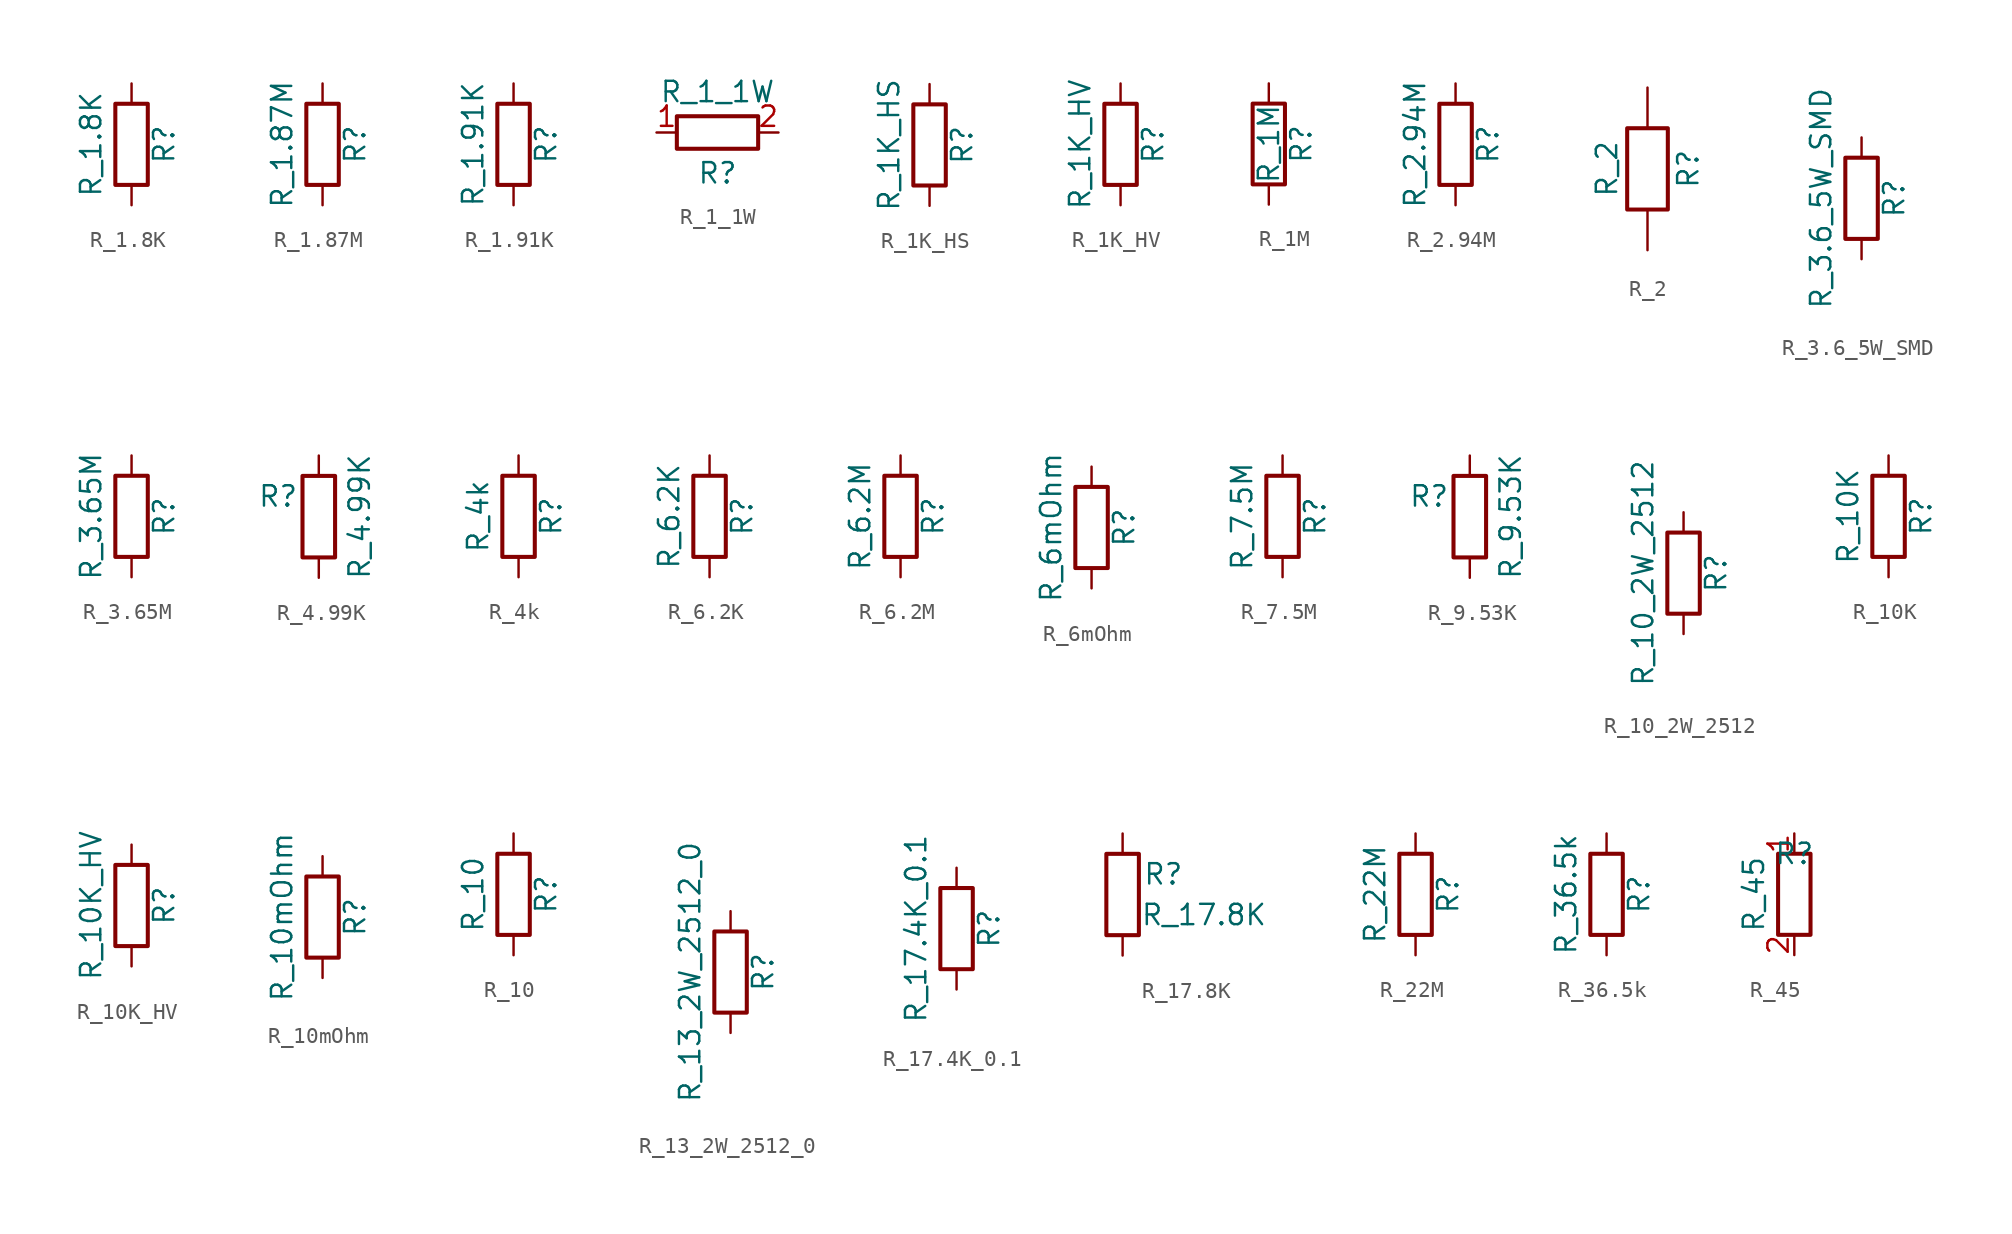
<source format=kicad_sym>
(kicad_symbol_lib
  (version 20211014)
  (generator kicad_symbol_editor)
  (symbol "R_1.8K"
    (pin_numbers hide)
    (pin_names
      (offset 0))
    (property "Reference" "R"
      (at 2.032 0 90)
      (effects (font (size 1.27 1.27))))
    (property "Value" "R_1.8K"
      (at -2.54 0 90)
      (effects (font (size 1.27 1.27))))
    (symbol "R_1.8K_0_1"
      (rectangle (start -1.016 -2.54) (end 1.016 2.54) (stroke (width 0.254) (type default) (color 0 0 0 0)) (fill (type none))))
    (symbol "R_1.8K_1_1"
      (pin passive line (at 0 3.81 270) (length 1.27) (name "~" (effects (font (size 1.27 1.27)))) (number "1" (effects (font (size 1.27 1.27)))))
      (pin passive line (at 0 -3.81 90) (length 1.27) (name "~" (effects (font (size 1.27 1.27)))) (number "2" (effects (font (size 1.27 1.27)))))))
  (symbol "R_1.87M"
    (pin_numbers hide)
    (pin_names
      (offset 0))
    (property "Reference" "R"
      (at 2.032 0 90)
      (effects (font (size 1.27 1.27))))
    (property "Value" "R_1.87M"
      (at -2.54 0 90)
      (effects (font (size 1.27 1.27))))
    (symbol "R_1.87M_0_1"
      (rectangle (start -1.016 -2.54) (end 1.016 2.54) (stroke (width 0.254) (type default) (color 0 0 0 0)) (fill (type none))))
    (symbol "R_1.87M_1_1"
      (pin passive line (at 0 3.81 270) (length 1.27) (name "~" (effects (font (size 1.27 1.27)))) (number "1" (effects (font (size 1.27 1.27)))))
      (pin passive line (at 0 -3.81 90) (length 1.27) (name "~" (effects (font (size 1.27 1.27)))) (number "2" (effects (font (size 1.27 1.27)))))))
  (symbol "R_1.91K"
    (pin_numbers hide)
    (pin_names
      (offset 0))
    (property "Reference" "R"
      (at 2.032 0 90)
      (effects (font (size 1.27 1.27))))
    (property "Value" "R_1.91K"
      (at -2.54 0 90)
      (effects (font (size 1.27 1.27))))
    (symbol "R_1.91K_0_1"
      (rectangle (start -1.016 -2.54) (end 1.016 2.54) (stroke (width 0.254) (type default) (color 0 0 0 0)) (fill (type none))))
    (symbol "R_1.91K_1_1"
      (pin passive line (at 0 3.81 270) (length 1.27) (name "~" (effects (font (size 1.27 1.27)))) (number "1" (effects (font (size 1.27 1.27)))))
      (pin passive line (at 0 -3.81 90) (length 1.27) (name "~" (effects (font (size 1.27 1.27)))) (number "2" (effects (font (size 1.27 1.27)))))))
  (symbol "R_1_1W"
    (pin_names
      (offset 1.016))
    (property "Reference" "R"
      (at 0 -2.54 0)
      (effects (font (size 1.27 1.27))))
    (property "Value" "R_1_1W"
      (at 0 2.54 0)
      (effects (font (size 1.27 1.27))))
    (symbol "R_1_1W_1_1"
      (rectangle (start 2.54 -1.016) (end -2.54 1.016) (stroke (width 0.254) (type default) (color 0 0 0 0)) (fill (type none)))
      (pin passive line (at -3.81 0 0) (length 1.27) (name "~" (effects (font (size 1.27 1.27)))) (number "1" (effects (font (size 1.27 1.27)))))
      (pin passive line (at 3.81 0 180) (length 1.27) (name "~" (effects (font (size 1.27 1.27)))) (number "2" (effects (font (size 1.27 1.27)))))))
  (symbol "R_1K_HS"
    (pin_numbers hide)
    (pin_names
      (offset 0))
    (property "Reference" "R"
      (at 2.032 0 90)
      (effects (font (size 1.27 1.27))))
    (property "Value" "R_1K_HS"
      (at -2.54 0 90)
      (effects (font (size 1.27 1.27))))
    (symbol "R_1K_HS_0_1"
      (rectangle (start -1.016 -2.54) (end 1.016 2.54) (stroke (width 0.254) (type default) (color 0 0 0 0)) (fill (type none))))
    (symbol "R_1K_HS_1_1"
      (pin passive line (at 0 3.81 270) (length 1.27) (name "~" (effects (font (size 1.27 1.27)))) (number "1" (effects (font (size 1.27 1.27)))))
      (pin passive line (at 0 -3.81 90) (length 1.27) (name "~" (effects (font (size 1.27 1.27)))) (number "2" (effects (font (size 1.27 1.27)))))))
  (symbol "R_1K_HV"
    (pin_numbers hide)
    (pin_names
      (offset 0))
    (property "Reference" "R"
      (at 2.032 0 90)
      (effects (font (size 1.27 1.27))))
    (property "Value" "R_1K_HV"
      (at -2.54 0 90)
      (effects (font (size 1.27 1.27))))
    (symbol "R_1K_HV_0_1"
      (rectangle (start -1.016 -2.54) (end 1.016 2.54) (stroke (width 0.254) (type default) (color 0 0 0 0)) (fill (type none))))
    (symbol "R_1K_HV_1_1"
      (pin passive line (at 0 3.81 270) (length 1.27) (name "~" (effects (font (size 1.27 1.27)))) (number "1" (effects (font (size 1.27 1.27)))))
      (pin passive line (at 0 -3.81 90) (length 1.27) (name "~" (effects (font (size 1.27 1.27)))) (number "2" (effects (font (size 1.27 1.27)))))))
  (symbol "R_1M"
    (pin_numbers hide)
    (pin_names
      (offset 0))
    (property "Reference" "R"
      (at 2.032 0 90)
      (effects (font (size 1.27 1.27))))
    (property "Value" "R_1M"
      (at 0 0 90)
      (effects (font (size 1.27 1.27))))
    (symbol "R_1M_0_1"
      (rectangle (start -1.016 -2.54) (end 1.016 2.54) (stroke (width 0.254) (type default) (color 0 0 0 0)) (fill (type none))))
    (symbol "R_1M_1_1"
      (pin passive line (at 0 3.81 270) (length 1.27) (name "~" (effects (font (size 1.27 1.27)))) (number "1" (effects (font (size 1.27 1.27)))))
      (pin passive line (at 0 -3.81 90) (length 1.27) (name "~" (effects (font (size 1.27 1.27)))) (number "2" (effects (font (size 1.27 1.27)))))))
  (symbol "R_2.94M"
    (pin_numbers hide)
    (pin_names
      (offset 0))
    (property "Reference" "R"
      (at 2.032 0 90)
      (effects (font (size 1.27 1.27))))
    (property "Value" "R_2.94M"
      (at -2.54 0 90)
      (effects (font (size 1.27 1.27))))
    (symbol "R_2.94M_0_1"
      (rectangle (start -1.016 -2.54) (end 1.016 2.54) (stroke (width 0.254) (type default) (color 0 0 0 0)) (fill (type none))))
    (symbol "R_2.94M_1_1"
      (pin passive line (at 0 3.81 270) (length 1.27) (name "~" (effects (font (size 1.27 1.27)))) (number "1" (effects (font (size 1.27 1.27)))))
      (pin passive line (at 0 -3.81 90) (length 1.27) (name "~" (effects (font (size 1.27 1.27)))) (number "2" (effects (font (size 1.27 1.27)))))))
  (symbol "R_2"
    (pin_names
      (offset 1.016))
    (property "Reference" "R"
      (at 2.54 0 90)
      (effects (font (size 1.27 1.27))))
    (property "Value" "R_2"
      (at -2.54 0 90)
      (effects (font (size 1.27 1.27))))
    (symbol "R_2_0_1"
      (rectangle (start -1.27 2.54) (end 1.27 -2.54) (stroke (width 0.254) (type default) (color 0 0 0 0)) (fill (type none))))
    (symbol "R_2_1_1"
      (pin passive line (at 0 -5.08 90) (length 2.54) (name "~" (effects (font (size 1.27 1.27)))) (number "~" (effects (font (size 1.27 1.27)))))
      (pin passive line (at 0 5.08 270) (length 2.54) (name "~" (effects (font (size 1.27 1.27)))) (number "~" (effects (font (size 1.27 1.27)))))))
  (symbol "R_3.6_5W_SMD"
    (pin_numbers hide)
    (pin_names
      (offset 0))
    (property "Reference" "R"
      (at 2.032 0 90)
      (effects (font (size 1.27 1.27))))
    (property "Value" "R_3.6_5W_SMD"
      (at -2.54 0 90)
      (effects (font (size 1.27 1.27))))
    (symbol "R_3.6_5W_SMD_0_1"
      (rectangle (start -1.016 -2.54) (end 1.016 2.54) (stroke (width 0.254) (type default) (color 0 0 0 0)) (fill (type none))))
    (symbol "R_3.6_5W_SMD_1_1"
      (pin passive line (at 0 3.81 270) (length 1.27) (name "~" (effects (font (size 1.27 1.27)))) (number "1" (effects (font (size 1.27 1.27)))))
      (pin passive line (at 0 -3.81 90) (length 1.27) (name "~" (effects (font (size 1.27 1.27)))) (number "2" (effects (font (size 1.27 1.27)))))))
  (symbol "R_3.65M"
    (pin_numbers hide)
    (pin_names
      (offset 0))
    (property "Reference" "R"
      (at 2.032 0 90)
      (effects (font (size 1.27 1.27))))
    (property "Value" "R_3.65M"
      (at -2.54 0 90)
      (effects (font (size 1.27 1.27))))
    (symbol "R_3.65M_0_1"
      (rectangle (start -1.016 -2.54) (end 1.016 2.54) (stroke (width 0.254) (type default) (color 0 0 0 0)) (fill (type none))))
    (symbol "R_3.65M_1_1"
      (pin passive line (at 0 3.81 270) (length 1.27) (name "~" (effects (font (size 1.27 1.27)))) (number "1" (effects (font (size 1.27 1.27)))))
      (pin passive line (at 0 -3.81 90) (length 1.27) (name "~" (effects (font (size 1.27 1.27)))) (number "2" (effects (font (size 1.27 1.27)))))))
  (symbol "R_4.99K"
    (pin_numbers hide)
    (pin_names
      (offset 1.016) hide)
    (property "Reference" "R"
      (at -2.54 1.27 0)
      (effects (font (size 1.27 1.27))))
    (property "Value" "R_4.99K"
      (at 2.54 0 90)
      (effects (font (size 1.27 1.27))))
    (symbol "R_4.99K_0_1"
      (rectangle (start -1.016 -2.54) (end 1.016 2.54) (stroke (width 0.254) (type default) (color 0 0 0 0)) (fill (type none))))
    (symbol "R_4.99K_1_1"
      (pin passive line (at 0 3.81 270) (length 1.27) (name "~" (effects (font (size 1.27 1.27)))) (number "1" (effects (font (size 1.27 1.27)))))
      (pin passive line (at 0 -3.81 90) (length 1.27) (name "~" (effects (font (size 1.27 1.27)))) (number "2" (effects (font (size 1.27 1.27)))))))
  (symbol "R_4k"
    (pin_numbers hide)
    (pin_names
      (offset 0))
    (property "Reference" "R"
      (at 2.032 0 90)
      (effects (font (size 1.27 1.27))))
    (property "Value" "R_4k"
      (at -2.54 0 90)
      (effects (font (size 1.27 1.27))))
    (symbol "R_4k_0_1"
      (rectangle (start -1.016 -2.54) (end 1.016 2.54) (stroke (width 0.254) (type default) (color 0 0 0 0)) (fill (type none))))
    (symbol "R_4k_1_1"
      (pin passive line (at 0 3.81 270) (length 1.27) (name "~" (effects (font (size 1.27 1.27)))) (number "1" (effects (font (size 1.27 1.27)))))
      (pin passive line (at 0 -3.81 90) (length 1.27) (name "~" (effects (font (size 1.27 1.27)))) (number "2" (effects (font (size 1.27 1.27)))))))
  (symbol "R_6.2K"
    (pin_numbers hide)
    (pin_names
      (offset 0))
    (property "Reference" "R"
      (at 2.032 0 90)
      (effects (font (size 1.27 1.27))))
    (property "Value" "R_6.2K"
      (at -2.54 0 90)
      (effects (font (size 1.27 1.27))))
    (symbol "R_6.2K_0_1"
      (rectangle (start -1.016 -2.54) (end 1.016 2.54) (stroke (width 0.254) (type default) (color 0 0 0 0)) (fill (type none))))
    (symbol "R_6.2K_1_1"
      (pin passive line (at 0 3.81 270) (length 1.27) (name "~" (effects (font (size 1.27 1.27)))) (number "1" (effects (font (size 1.27 1.27)))))
      (pin passive line (at 0 -3.81 90) (length 1.27) (name "~" (effects (font (size 1.27 1.27)))) (number "2" (effects (font (size 1.27 1.27)))))))
  (symbol "R_6.2M"
    (pin_numbers hide)
    (pin_names
      (offset 0))
    (property "Reference" "R"
      (at 2.032 0 90)
      (effects (font (size 1.27 1.27))))
    (property "Value" "R_6.2M"
      (at -2.54 0 90)
      (effects (font (size 1.27 1.27))))
    (symbol "R_6.2M_0_1"
      (rectangle (start -1.016 -2.54) (end 1.016 2.54) (stroke (width 0.254) (type default) (color 0 0 0 0)) (fill (type none))))
    (symbol "R_6.2M_1_1"
      (pin passive line (at 0 3.81 270) (length 1.27) (name "~" (effects (font (size 1.27 1.27)))) (number "1" (effects (font (size 1.27 1.27)))))
      (pin passive line (at 0 -3.81 90) (length 1.27) (name "~" (effects (font (size 1.27 1.27)))) (number "2" (effects (font (size 1.27 1.27)))))))
  (symbol "R_6mOhm"
    (pin_numbers hide)
    (pin_names
      (offset 0))
    (property "Reference" "R"
      (at 2.032 0 90)
      (effects (font (size 1.27 1.27))))
    (property "Value" "R_6mOhm"
      (at -2.54 0 90)
      (effects (font (size 1.27 1.27))))
    (symbol "R_6mOhm_0_1"
      (rectangle (start -1.016 -2.54) (end 1.016 2.54) (stroke (width 0.254) (type default) (color 0 0 0 0)) (fill (type none))))
    (symbol "R_6mOhm_1_1"
      (pin passive line (at 0 3.81 270) (length 1.27) (name "~" (effects (font (size 1.27 1.27)))) (number "1" (effects (font (size 1.27 1.27)))))
      (pin passive line (at 0 -3.81 90) (length 1.27) (name "~" (effects (font (size 1.27 1.27)))) (number "2" (effects (font (size 1.27 1.27)))))))
  (symbol "R_7.5M"
    (pin_numbers hide)
    (pin_names
      (offset 0))
    (property "Reference" "R"
      (at 2.032 0 90)
      (effects (font (size 1.27 1.27))))
    (property "Value" "R_7.5M"
      (at -2.54 0 90)
      (effects (font (size 1.27 1.27))))
    (symbol "R_7.5M_0_1"
      (rectangle (start -1.016 -2.54) (end 1.016 2.54) (stroke (width 0.254) (type default) (color 0 0 0 0)) (fill (type none))))
    (symbol "R_7.5M_1_1"
      (pin passive line (at 0 3.81 270) (length 1.27) (name "~" (effects (font (size 1.27 1.27)))) (number "1" (effects (font (size 1.27 1.27)))))
      (pin passive line (at 0 -3.81 90) (length 1.27) (name "~" (effects (font (size 1.27 1.27)))) (number "2" (effects (font (size 1.27 1.27)))))))
  (symbol "R_9.53K"
    (pin_numbers hide)
    (pin_names
      (offset 1.016) hide)
    (property "Reference" "R"
      (at -2.54 1.27 0)
      (effects (font (size 1.27 1.27))))
    (property "Value" "R_9.53K"
      (at 2.54 0 90)
      (effects (font (size 1.27 1.27))))
    (symbol "R_9.53K_0_1"
      (rectangle (start -1.016 -2.54) (end 1.016 2.54) (stroke (width 0.254) (type default) (color 0 0 0 0)) (fill (type none))))
    (symbol "R_9.53K_1_1"
      (pin passive line (at 0 3.81 270) (length 1.27) (name "~" (effects (font (size 1.27 1.27)))) (number "1" (effects (font (size 1.27 1.27)))))
      (pin passive line (at 0 -3.81 90) (length 1.27) (name "~" (effects (font (size 1.27 1.27)))) (number "2" (effects (font (size 1.27 1.27)))))))
  (symbol "R_10_2W_2512"
    (pin_numbers hide)
    (pin_names
      (offset 0))
    (property "Reference" "R"
      (at 2.032 0 90)
      (effects (font (size 1.27 1.27))))
    (property "Value" "R_10_2W_2512"
      (at -2.54 0 90)
      (effects (font (size 1.27 1.27))))
    (symbol "R_10_2W_2512_0_1"
      (rectangle (start -1.016 -2.54) (end 1.016 2.54) (stroke (width 0.254) (type default) (color 0 0 0 0)) (fill (type none))))
    (symbol "R_10_2W_2512_1_1"
      (pin passive line (at 0 3.81 270) (length 1.27) (name "~" (effects (font (size 1.27 1.27)))) (number "1" (effects (font (size 1.27 1.27)))))
      (pin passive line (at 0 -3.81 90) (length 1.27) (name "~" (effects (font (size 1.27 1.27)))) (number "2" (effects (font (size 1.27 1.27)))))))
  (symbol "R_10K"
    (pin_numbers hide)
    (pin_names
      (offset 0))
    (property "Reference" "R"
      (at 2.032 0 90)
      (effects (font (size 1.27 1.27))))
    (property "Value" "R_10K"
      (at -2.54 0 90)
      (effects (font (size 1.27 1.27))))
    (symbol "R_10K_0_1"
      (rectangle (start -1.016 -2.54) (end 1.016 2.54) (stroke (width 0.254) (type default) (color 0 0 0 0)) (fill (type none))))
    (symbol "R_10K_1_1"
      (pin passive line (at 0 3.81 270) (length 1.27) (name "~" (effects (font (size 1.27 1.27)))) (number "1" (effects (font (size 1.27 1.27)))))
      (pin passive line (at 0 -3.81 90) (length 1.27) (name "~" (effects (font (size 1.27 1.27)))) (number "2" (effects (font (size 1.27 1.27)))))))
  (symbol "R_10K_HV"
    (pin_numbers hide)
    (pin_names
      (offset 0))
    (property "Reference" "R"
      (at 2.032 0 90)
      (effects (font (size 1.27 1.27))))
    (property "Value" "R_10K_HV"
      (at -2.54 0 90)
      (effects (font (size 1.27 1.27))))
    (symbol "R_10K_HV_0_1"
      (rectangle (start -1.016 -2.54) (end 1.016 2.54) (stroke (width 0.254) (type default) (color 0 0 0 0)) (fill (type none))))
    (symbol "R_10K_HV_1_1"
      (pin passive line (at 0 3.81 270) (length 1.27) (name "~" (effects (font (size 1.27 1.27)))) (number "1" (effects (font (size 1.27 1.27)))))
      (pin passive line (at 0 -3.81 90) (length 1.27) (name "~" (effects (font (size 1.27 1.27)))) (number "2" (effects (font (size 1.27 1.27)))))))
  (symbol "R_10mOhm"
    (pin_numbers hide)
    (pin_names
      (offset 0))
    (property "Reference" "R"
      (at 2.032 0 90)
      (effects (font (size 1.27 1.27))))
    (property "Value" "R_10mOhm"
      (at -2.54 0 90)
      (effects (font (size 1.27 1.27))))
    (symbol "R_10mOhm_0_1"
      (rectangle (start -1.016 -2.54) (end 1.016 2.54) (stroke (width 0.254) (type default) (color 0 0 0 0)) (fill (type none))))
    (symbol "R_10mOhm_1_1"
      (pin passive line (at 0 3.81 270) (length 1.27) (name "~" (effects (font (size 1.27 1.27)))) (number "1" (effects (font (size 1.27 1.27)))))
      (pin passive line (at 0 -3.81 90) (length 1.27) (name "~" (effects (font (size 1.27 1.27)))) (number "2" (effects (font (size 1.27 1.27)))))))
  (symbol "R_10"
    (pin_numbers hide)
    (pin_names
      (offset 0))
    (property "Reference" "R"
      (at 2.032 0 90)
      (effects (font (size 1.27 1.27))))
    (property "Value" "R_10"
      (at -2.54 0 90)
      (effects (font (size 1.27 1.27))))
    (symbol "R_10_0_1"
      (rectangle (start -1.016 -2.54) (end 1.016 2.54) (stroke (width 0.254) (type default) (color 0 0 0 0)) (fill (type none))))
    (symbol "R_10_1_1"
      (pin passive line (at 0 3.81 270) (length 1.27) (name "~" (effects (font (size 1.27 1.27)))) (number "1" (effects (font (size 1.27 1.27)))))
      (pin passive line (at 0 -3.81 90) (length 1.27) (name "~" (effects (font (size 1.27 1.27)))) (number "2" (effects (font (size 1.27 1.27)))))))
  (symbol "R_13_2W_2512_0"
    (pin_numbers hide)
    (pin_names
      (offset 0))
    (property "Reference" "R"
      (at 2.032 0 90)
      (effects (font (size 1.27 1.27))))
    (property "Value" "R_13_2W_2512_0"
      (at -2.54 0 90)
      (effects (font (size 1.27 1.27))))
    (symbol "R_13_2W_2512_0_0_1"
      (rectangle (start -1.016 -2.54) (end 1.016 2.54) (stroke (width 0.254) (type default) (color 0 0 0 0)) (fill (type none))))
    (symbol "R_13_2W_2512_0_1_1"
      (pin passive line (at 0 3.81 270) (length 1.27) (name "~" (effects (font (size 1.27 1.27)))) (number "1" (effects (font (size 1.27 1.27)))))
      (pin passive line (at 0 -3.81 90) (length 1.27) (name "~" (effects (font (size 1.27 1.27)))) (number "2" (effects (font (size 1.27 1.27)))))))
  (symbol "R_17.4K_0.1"
    (pin_numbers hide)
    (pin_names
      (offset 0))
    (property "Reference" "R"
      (at 2.032 0 90)
      (effects (font (size 1.27 1.27))))
    (property "Value" "R_17.4K_0.1"
      (at -2.54 0 90)
      (effects (font (size 1.27 1.27))))
    (symbol "R_17.4K_0.1_0_1"
      (rectangle (start -1.016 -2.54) (end 1.016 2.54) (stroke (width 0.254) (type default) (color 0 0 0 0)) (fill (type none))))
    (symbol "R_17.4K_0.1_1_1"
      (pin passive line (at 0 3.81 270) (length 1.27) (name "~" (effects (font (size 1.27 1.27)))) (number "1" (effects (font (size 1.27 1.27)))))
      (pin passive line (at 0 -3.81 90) (length 1.27) (name "~" (effects (font (size 1.27 1.27)))) (number "2" (effects (font (size 1.27 1.27)))))))
  (symbol "R_17.8K"
    (pin_numbers hide)
    (pin_names
      (offset 1.016) hide)
    (property "Reference" "R"
      (at 2.54 1.27 0)
      (effects (font (size 1.27 1.27))))
    (property "Value" "R_17.8K"
      (at 5.08 -1.27 0)
      (effects (font (size 1.27 1.27))))
    (symbol "R_17.8K_1_1"
      (rectangle (start -1.016 -2.54) (end 1.016 2.54) (stroke (width 0.254) (type default) (color 0 0 0 0)) (fill (type none)))
      (pin passive line (at 0 3.81 270) (length 1.27) (name "~" (effects (font (size 1.27 1.27)))) (number "1" (effects (font (size 1.27 1.27)))))
      (pin passive line (at 0 -3.81 90) (length 1.27) (name "~" (effects (font (size 1.27 1.27)))) (number "2" (effects (font (size 1.27 1.27)))))))
  (symbol "R_22M"
    (pin_numbers hide)
    (pin_names
      (offset 0))
    (property "Reference" "R"
      (at 2.032 0 90)
      (effects (font (size 1.27 1.27))))
    (property "Value" "R_22M"
      (at -2.54 0 90)
      (effects (font (size 1.27 1.27))))
    (symbol "R_22M_0_1"
      (rectangle (start -1.016 -2.54) (end 1.016 2.54) (stroke (width 0.254) (type default) (color 0 0 0 0)) (fill (type none))))
    (symbol "R_22M_1_1"
      (pin passive line (at 0 3.81 270) (length 1.27) (name "~" (effects (font (size 1.27 1.27)))) (number "1" (effects (font (size 1.27 1.27)))))
      (pin passive line (at 0 -3.81 90) (length 1.27) (name "~" (effects (font (size 1.27 1.27)))) (number "2" (effects (font (size 1.27 1.27)))))))
  (symbol "R_36.5k"
    (pin_numbers hide)
    (pin_names
      (offset 0))
    (property "Reference" "R"
      (at 2.032 0 90)
      (effects (font (size 1.27 1.27))))
    (property "Value" "R_36.5k"
      (at -2.54 0 90)
      (effects (font (size 1.27 1.27))))
    (symbol "R_36.5k_0_1"
      (rectangle (start -1.016 -2.54) (end 1.016 2.54) (stroke (width 0.254) (type default) (color 0 0 0 0)) (fill (type none))))
    (symbol "R_36.5k_1_1"
      (pin passive line (at 0 3.81 270) (length 1.27) (name "~" (effects (font (size 1.27 1.27)))) (number "1" (effects (font (size 1.27 1.27)))))
      (pin passive line (at 0 -3.81 90) (length 1.27) (name "~" (effects (font (size 1.27 1.27)))) (number "2" (effects (font (size 1.27 1.27)))))))
  (symbol "R_45"
    (pin_names
      (offset 1.016))
    (property "Reference" "R"
      (at 0 2.54 0)
      (effects (font (size 1.27 1.27))))
    (property "Value" "R_45"
      (at -2.54 0 90)
      (effects (font (size 1.27 1.27))))
    (symbol "R_45_1_1"
      (rectangle (start -1.016 -2.54) (end 1.016 2.54) (stroke (width 0.254) (type default) (color 0 0 0 0)) (fill (type none)))
      (pin passive line (at 0 3.81 270) (length 1.27) (name "~" (effects (font (size 1.27 1.27)))) (number "1" (effects (font (size 1.27 1.27)))))
      (pin passive line (at 0 -3.81 90) (length 1.27) (name "~" (effects (font (size 1.27 1.27)))) (number "2" (effects (font (size 1.27 1.27))))))))
</source>
